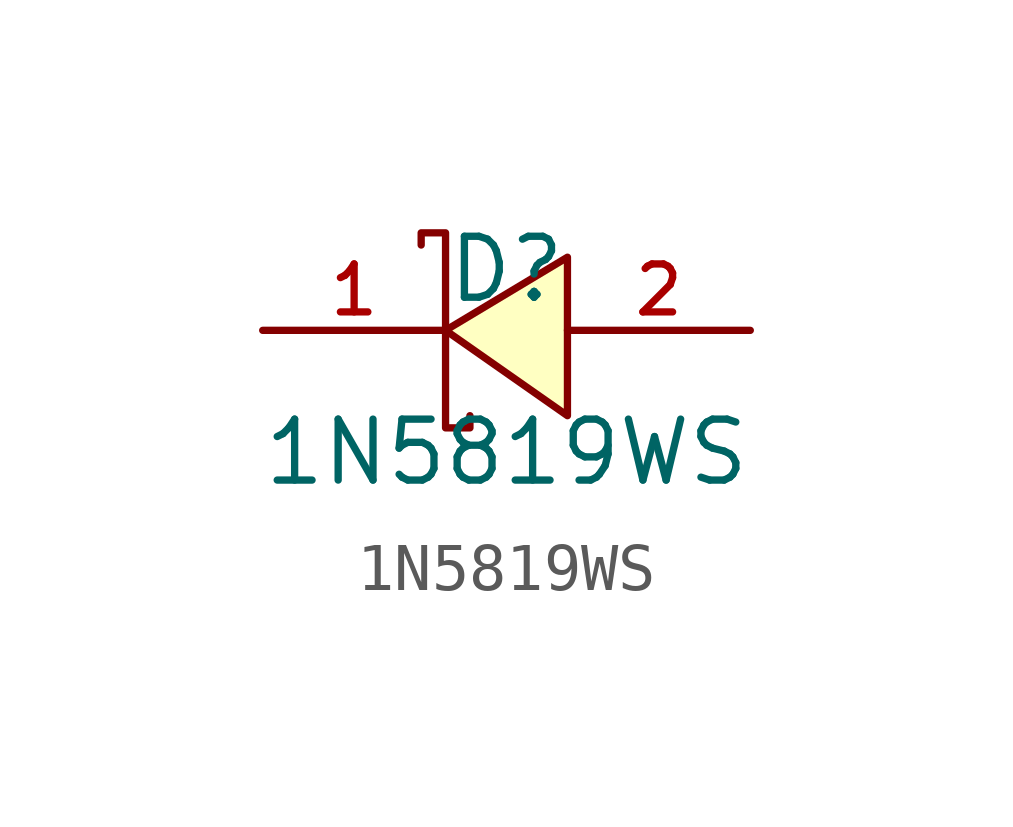
<source format=kicad_sym>
(kicad_symbol_lib
  (version 20210201)
  (generator TousstNicolas/JLC2KiCad_lib)
  (symbol "1N5819WS"
    (pin_names hide)
    (property "Reference" "D"
      (at 0 1.27 0)
      (effects (font (size 1.27 1.27))))
    (property "Value" "1N5819WS"
      (at 0 -2.54 0)
      (effects (font (size 1.27 1.27))))
    (symbol "1N5819WS_0_1"
      (polyline (pts (xy -1.27 -0.0) (xy -1.27 2.032) (xy -1.778 2.032) (xy -1.778 1.778)) (stroke (width 0) (type default) (color 0 0 0 0)) (fill (type none)))
      (polyline (pts (xy -1.27 -0.0) (xy -1.27 -2.032) (xy -0.762 -2.032) (xy -0.762 -1.778)) (stroke (width 0) (type default) (color 0 0 0 0)) (fill (type none)))
      (polyline (pts (xy 1.27 1.524) (xy -1.27 -0.0) (xy 1.27 -1.778) (xy 1.27 1.524)) (stroke (width 0) (type default) (color 0 0 0 0)) (fill (type background)))
      (pin unspecified line (at -5.08 -0.0 0) (length 3.81) (name "K" (effects (font (size 1 1)))) (number "1" (effects (font (size 1 1)))))
      (pin unspecified line (at 5.08 -0.0 180) (length 3.81) (name "A" (effects (font (size 1 1)))) (number "2" (effects (font (size 1 1))))))))
</source>
